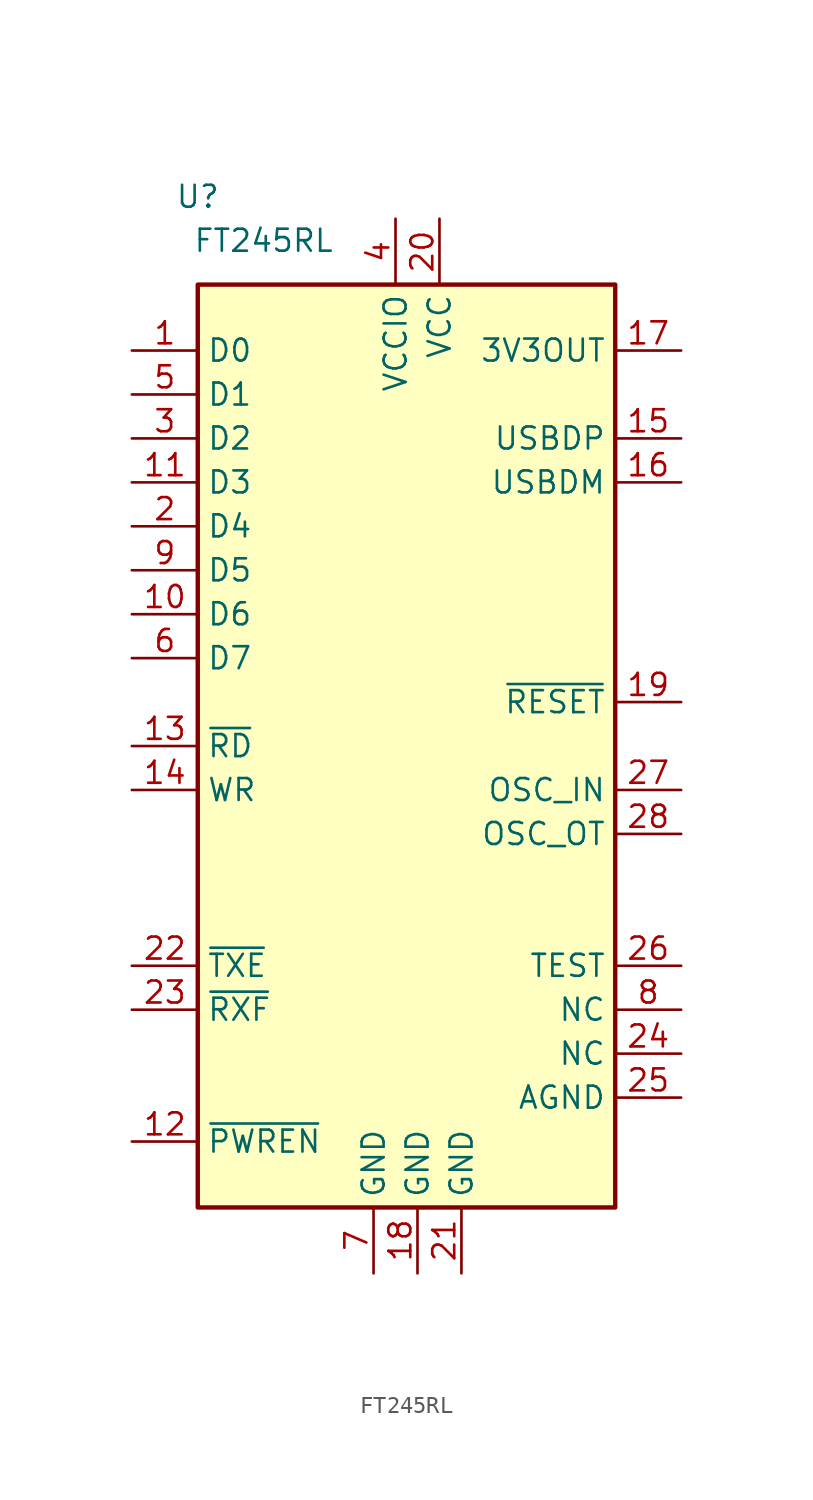
<source format=kicad_sym>
(kicad_symbol_lib
  (version 20211014)
  (generator kicad_symbol_editor)
  (symbol "FT245RL"
    (property "Reference" "U"
      (at -12.7 34.29 0)
      (effects (font (size 1.27 1.27))))
    (property "Value" "FT245RL"
      (at -8.89 31.75 0)
      (effects (font (size 1.27 1.27))))
    (symbol "FT245RL_0_1"
      (rectangle (start -12.7 29.21) (end 11.43 -24.13) (stroke (width 0.254) (type default) (color 0 0 0 0)) (fill (type background))))
    (symbol "FT245RL_1_1"
      (pin bidirectional line (at -16.51 25.4 0) (length 3.81) (name "D0" (effects (font (size 1.27 1.27)))) (number "1" (effects (font (size 1.27 1.27)))))
      (pin bidirectional line (at -16.51 10.16 0) (length 3.81) (name "D6" (effects (font (size 1.27 1.27)))) (number "10" (effects (font (size 1.27 1.27)))))
      (pin bidirectional line (at -16.51 17.78 0) (length 3.81) (name "D3" (effects (font (size 1.27 1.27)))) (number "11" (effects (font (size 1.27 1.27)))))
      (pin output line (at -16.51 -20.32 0) (length 3.81) (name "~{PWREN}" (effects (font (size 1.27 1.27)))) (number "12" (effects (font (size 1.27 1.27)))))
      (pin input line (at -16.51 2.54 0) (length 3.81) (name "~{RD}" (effects (font (size 1.27 1.27)))) (number "13" (effects (font (size 1.27 1.27)))))
      (pin input line (at -16.51 0 0) (length 3.81) (name "WR" (effects (font (size 1.27 1.27)))) (number "14" (effects (font (size 1.27 1.27)))))
      (pin bidirectional line (at 15.24 20.32 180) (length 3.81) (name "USBDP" (effects (font (size 1.27 1.27)))) (number "15" (effects (font (size 1.27 1.27)))))
      (pin bidirectional line (at 15.24 17.78 180) (length 3.81) (name "USBDM" (effects (font (size 1.27 1.27)))) (number "16" (effects (font (size 1.27 1.27)))))
      (pin power_out line (at 15.24 25.4 180) (length 3.81) (name "3V3OUT" (effects (font (size 1.27 1.27)))) (number "17" (effects (font (size 1.27 1.27)))))
      (pin power_in line (at 0 -27.94 90) (length 3.81) (name "GND" (effects (font (size 1.27 1.27)))) (number "18" (effects (font (size 1.27 1.27)))))
      (pin input line (at 15.24 5.08 180) (length 3.81) (name "~{RESET}" (effects (font (size 1.27 1.27)))) (number "19" (effects (font (size 1.27 1.27)))))
      (pin bidirectional line (at -16.51 15.24 0) (length 3.81) (name "D4" (effects (font (size 1.27 1.27)))) (number "2" (effects (font (size 1.27 1.27)))))
      (pin power_in line (at 1.27 33.02 270) (length 3.81) (name "VCC" (effects (font (size 1.27 1.27)))) (number "20" (effects (font (size 1.27 1.27)))))
      (pin power_in line (at 2.54 -27.94 90) (length 3.81) (name "GND" (effects (font (size 1.27 1.27)))) (number "21" (effects (font (size 1.27 1.27)))))
      (pin output line (at -16.51 -10.16 0) (length 3.81) (name "~{TXE}" (effects (font (size 1.27 1.27)))) (number "22" (effects (font (size 1.27 1.27)))))
      (pin output line (at -16.51 -12.7 0) (length 3.81) (name "~{RXF}" (effects (font (size 1.27 1.27)))) (number "23" (effects (font (size 1.27 1.27)))))
      (pin output line (at 15.24 -15.24 180) (length 3.81) (name "NC" (effects (font (size 1.27 1.27)))) (number "24" (effects (font (size 1.27 1.27)))))
      (pin bidirectional line (at 15.24 -17.78 180) (length 3.81) (name "AGND" (effects (font (size 1.27 1.27)))) (number "25" (effects (font (size 1.27 1.27)))))
      (pin input line (at 15.24 -10.16 180) (length 3.81) (name "TEST" (effects (font (size 1.27 1.27)))) (number "26" (effects (font (size 1.27 1.27)))))
      (pin input line (at 15.24 0 180) (length 3.81) (name "OSC_IN" (effects (font (size 1.27 1.27)))) (number "27" (effects (font (size 1.27 1.27)))))
      (pin output line (at 15.24 -2.54 180) (length 3.81) (name "OSC_OT" (effects (font (size 1.27 1.27)))) (number "28" (effects (font (size 1.27 1.27)))))
      (pin bidirectional line (at -16.51 20.32 0) (length 3.81) (name "D2" (effects (font (size 1.27 1.27)))) (number "3" (effects (font (size 1.27 1.27)))))
      (pin power_in line (at -1.27 33.02 270) (length 3.81) (name "VCCIO" (effects (font (size 1.27 1.27)))) (number "4" (effects (font (size 1.27 1.27)))))
      (pin bidirectional line (at -16.51 22.86 0) (length 3.81) (name "D1" (effects (font (size 1.27 1.27)))) (number "5" (effects (font (size 1.27 1.27)))))
      (pin bidirectional line (at -16.51 7.62 0) (length 3.81) (name "D7" (effects (font (size 1.27 1.27)))) (number "6" (effects (font (size 1.27 1.27)))))
      (pin power_in line (at -2.54 -27.94 90) (length 3.81) (name "GND" (effects (font (size 1.27 1.27)))) (number "7" (effects (font (size 1.27 1.27)))))
      (pin bidirectional line (at 15.24 -12.7 180) (length 3.81) (name "NC" (effects (font (size 1.27 1.27)))) (number "8" (effects (font (size 1.27 1.27)))))
      (pin bidirectional line (at -16.51 12.7 0) (length 3.81) (name "D5" (effects (font (size 1.27 1.27)))) (number "9" (effects (font (size 1.27 1.27))))))))
</source>
